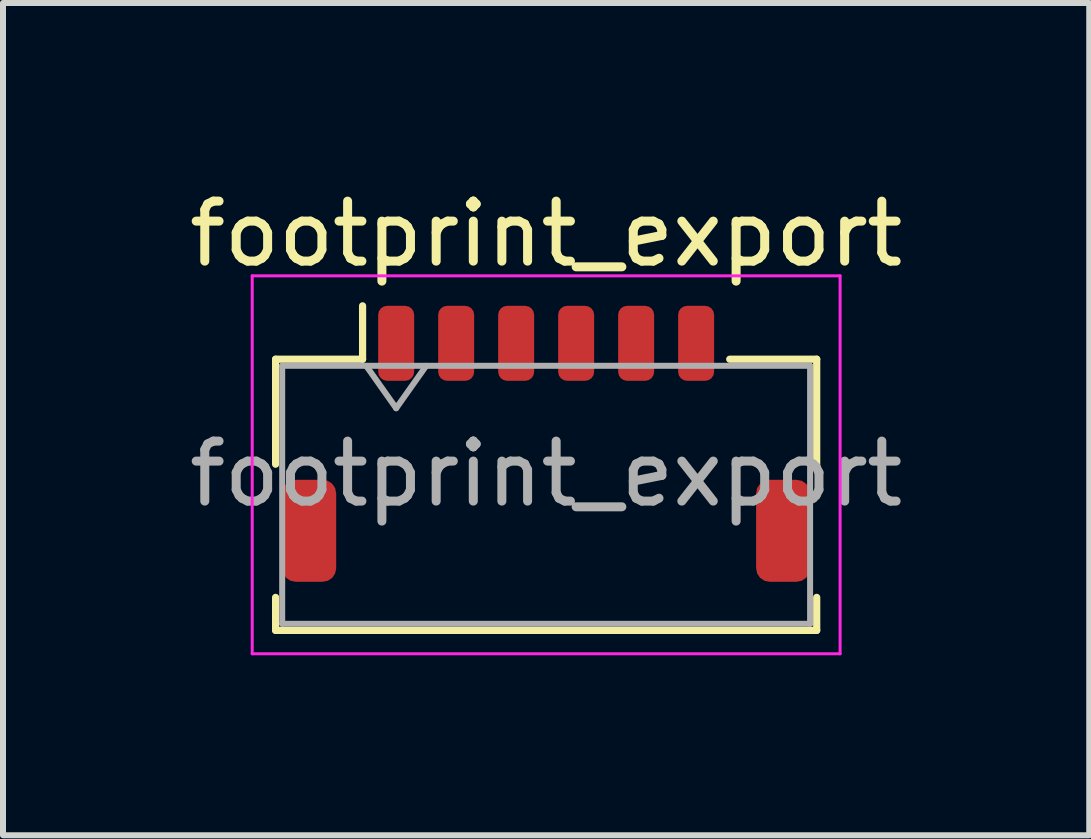
<source format=kicad_pcb>
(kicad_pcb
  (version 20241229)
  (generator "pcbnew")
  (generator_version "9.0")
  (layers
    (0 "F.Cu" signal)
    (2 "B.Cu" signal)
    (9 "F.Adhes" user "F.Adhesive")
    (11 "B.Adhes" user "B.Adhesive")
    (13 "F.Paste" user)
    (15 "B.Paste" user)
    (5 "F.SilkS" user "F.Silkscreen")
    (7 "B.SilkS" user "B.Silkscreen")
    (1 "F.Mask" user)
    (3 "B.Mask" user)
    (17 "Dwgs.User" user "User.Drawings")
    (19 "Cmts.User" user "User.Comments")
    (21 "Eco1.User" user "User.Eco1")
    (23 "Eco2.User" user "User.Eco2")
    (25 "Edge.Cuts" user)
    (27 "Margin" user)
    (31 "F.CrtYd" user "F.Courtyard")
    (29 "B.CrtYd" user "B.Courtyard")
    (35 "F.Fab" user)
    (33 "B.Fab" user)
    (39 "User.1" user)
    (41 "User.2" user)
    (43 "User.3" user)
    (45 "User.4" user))
  (footprint "footprint_export"
    (layer "F.Cu")
    (at 6.054 4.348)
    (property "Reference" "footprint_export" (at 0 -3.5 0) (layer "F.SilkS") (effects (font (size 1 1) (thickness 0.15))))
    (attr smd)
    (fp_line (start -4.51 -1.41) (end -3.06 -1.41) (stroke (width 0.12) (type solid)) (layer "F.SilkS"))
    (fp_line (start -4.51 0.34) (end -4.51 -1.41) (stroke (width 0.12) (type solid)) (layer "F.SilkS"))
    (fp_line (start -4.51 2.56) (end -4.51 3.11) (stroke (width 0.12) (type solid)) (layer "F.SilkS"))
    (fp_line (start -4.51 3.11) (end 4.51 3.11) (stroke (width 0.12) (type solid)) (layer "F.SilkS"))
    (fp_line (start -3.06 -1.41) (end -3.06 -2.3) (stroke (width 0.12) (type solid)) (layer "F.SilkS"))
    (fp_line (start 4.51 -1.41) (end 3.06 -1.41) (stroke (width 0.12) (type solid)) (layer "F.SilkS"))
    (fp_line (start 4.51 0.34) (end 4.51 -1.41) (stroke (width 0.12) (type solid)) (layer "F.SilkS"))
    (fp_line (start 4.51 3.11) (end 4.51 2.56) (stroke (width 0.12) (type solid)) (layer "F.SilkS"))
    (fp_line (start -4.9 -2.8) (end -4.9 3.5) (stroke (width 0.05) (type solid)) (layer "F.CrtYd"))
    (fp_line (start -4.9 3.5) (end 4.9 3.5) (stroke (width 0.05) (type solid)) (layer "F.CrtYd"))
    (fp_line (start 4.9 -2.8) (end -4.9 -2.8) (stroke (width 0.05) (type solid)) (layer "F.CrtYd"))
    (fp_line (start 4.9 3.5) (end 4.9 -2.8) (stroke (width 0.05) (type solid)) (layer "F.CrtYd"))
    (fp_line (start -4.4 -1.3) (end -4.4 3) (stroke (width 0.1) (type solid)) (layer "F.Fab"))
    (fp_line (start -4.4 -1.3) (end 4.4 -1.3) (stroke (width 0.1) (type solid)) (layer "F.Fab"))
    (fp_line (start -4.4 3) (end 4.4 3) (stroke (width 0.1) (type solid)) (layer "F.Fab"))
    (fp_line (start -3 -1.3) (end -2.5 -0.593) (stroke (width 0.1) (type solid)) (layer "F.Fab"))
    (fp_line (start -2.5 -0.593) (end -2 -1.3) (stroke (width 0.1) (type solid)) (layer "F.Fab"))
    (fp_line (start 4.4 -1.3) (end 4.4 3) (stroke (width 0.1) (type solid)) (layer "F.Fab"))
    (fp_text user "${REFERENCE}" (at 0 0.5 0) (layer "F.Fab") (effects (font (size 1 1) (thickness 0.15))))
    (pad "1" smd roundrect (at -2.5 -1.675) (size 0.6 1.25) (layers "F.Cu" "F.Mask" "F.Paste") (roundrect_rratio 0.25))
    (pad "2" smd roundrect (at -1.5 -1.675) (size 0.6 1.25) (layers "F.Cu" "F.Mask" "F.Paste") (roundrect_rratio 0.25))
    (pad "3" smd roundrect (at -0.5 -1.675) (size 0.6 1.25) (layers "F.Cu" "F.Mask" "F.Paste") (roundrect_rratio 0.25))
    (pad "4" smd roundrect (at 0.5 -1.675) (size 0.6 1.25) (layers "F.Cu" "F.Mask" "F.Paste") (roundrect_rratio 0.25))
    (pad "5" smd roundrect (at 1.5 -1.675) (size 0.6 1.25) (layers "F.Cu" "F.Mask" "F.Paste") (roundrect_rratio 0.25))
    (pad "6" smd roundrect (at 2.5 -1.675) (size 0.6 1.25) (layers "F.Cu" "F.Mask" "F.Paste") (roundrect_rratio 0.25))
    (pad "MP" smd roundrect (at -3.95 1.45) (size 0.9 1.7) (layers "F.Cu" "F.Mask" "F.Paste") (roundrect_rratio 0.25))
    (pad "MP" smd roundrect (at 3.95 1.45) (size 0.9 1.7) (layers "F.Cu" "F.Mask" "F.Paste") (roundrect_rratio 0.25)))
  (gr_rect
    (start -3 -3)
    (end 15.107 10.873)
    (stroke (width 0.1) (type default))
    (fill no)
    (layer "Edge.Cuts")))
</source>
